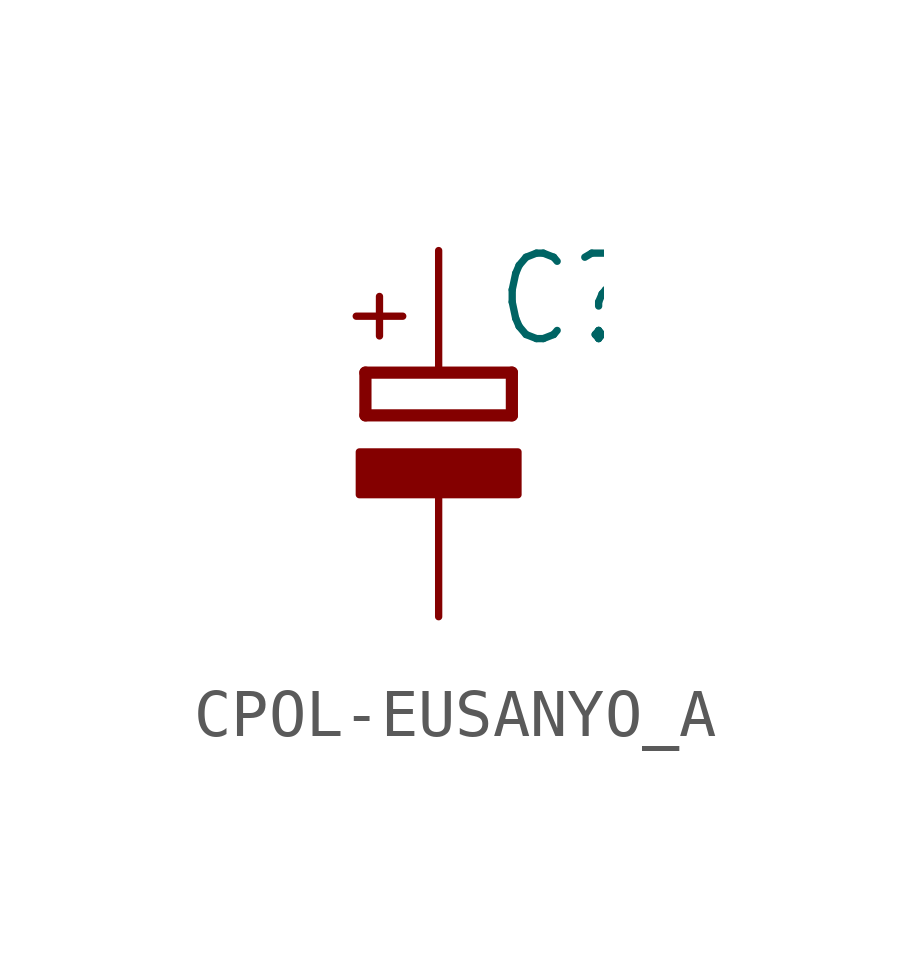
<source format=kicad_sym>
(kicad_symbol_lib
  (version 20241209)
  (generator "kicad_symbol_editor")
  (generator_version "9.0")
  (symbol "CPOL-EUSANYO_A"
    (property "Reference" "C"
      (at 1.143 0.483 0)
      (effects (font (size 1.778 1.511)) (justify left bottom)))
    (property "Value" ""
      (at 1.143 -4.597 0)
      (effects (font (size 1.778 1.511)) (justify left bottom)))
    (property "ki_locked" ""
      (at 0 0 0)
      (effects (font (size 1.27 1.27))))
    (symbol "CPOL-EUSANYO_A_1_0"
      (rectangle (start -1.651 -2.54) (end 1.651 -1.651) (stroke (width 0) (type default)) (fill (type outline)))
      (polyline (pts (xy -1.524 0) (xy -1.524 -0.889)) (stroke (width 0.254) (type solid)) (fill (type none)))
      (polyline (pts (xy -1.524 0) (xy 1.524 0)) (stroke (width 0.254) (type solid)) (fill (type none)))
      (polyline (pts (xy -1.524 -0.889) (xy 1.524 -0.889)) (stroke (width 0.254) (type solid)) (fill (type none)))
      (polyline (pts (xy 1.524 -0.889) (xy 1.524 0)) (stroke (width 0.254) (type solid)) (fill (type none)))
      (text "+" (at -0.584 0.406 900) (effects (font (size 1.27 1.079)) (justify left bottom)))
      (pin passive line (at 0 2.54 270) (length 2.54) (name "+" (effects (font (size 0 0)))) (number "+" (effects (font (size 0 0)))))
      (pin passive line (at 0 -5.08 90) (length 2.54) (name "-" (effects (font (size 0 0)))) (number "-" (effects (font (size 0 0))))))))
</source>
